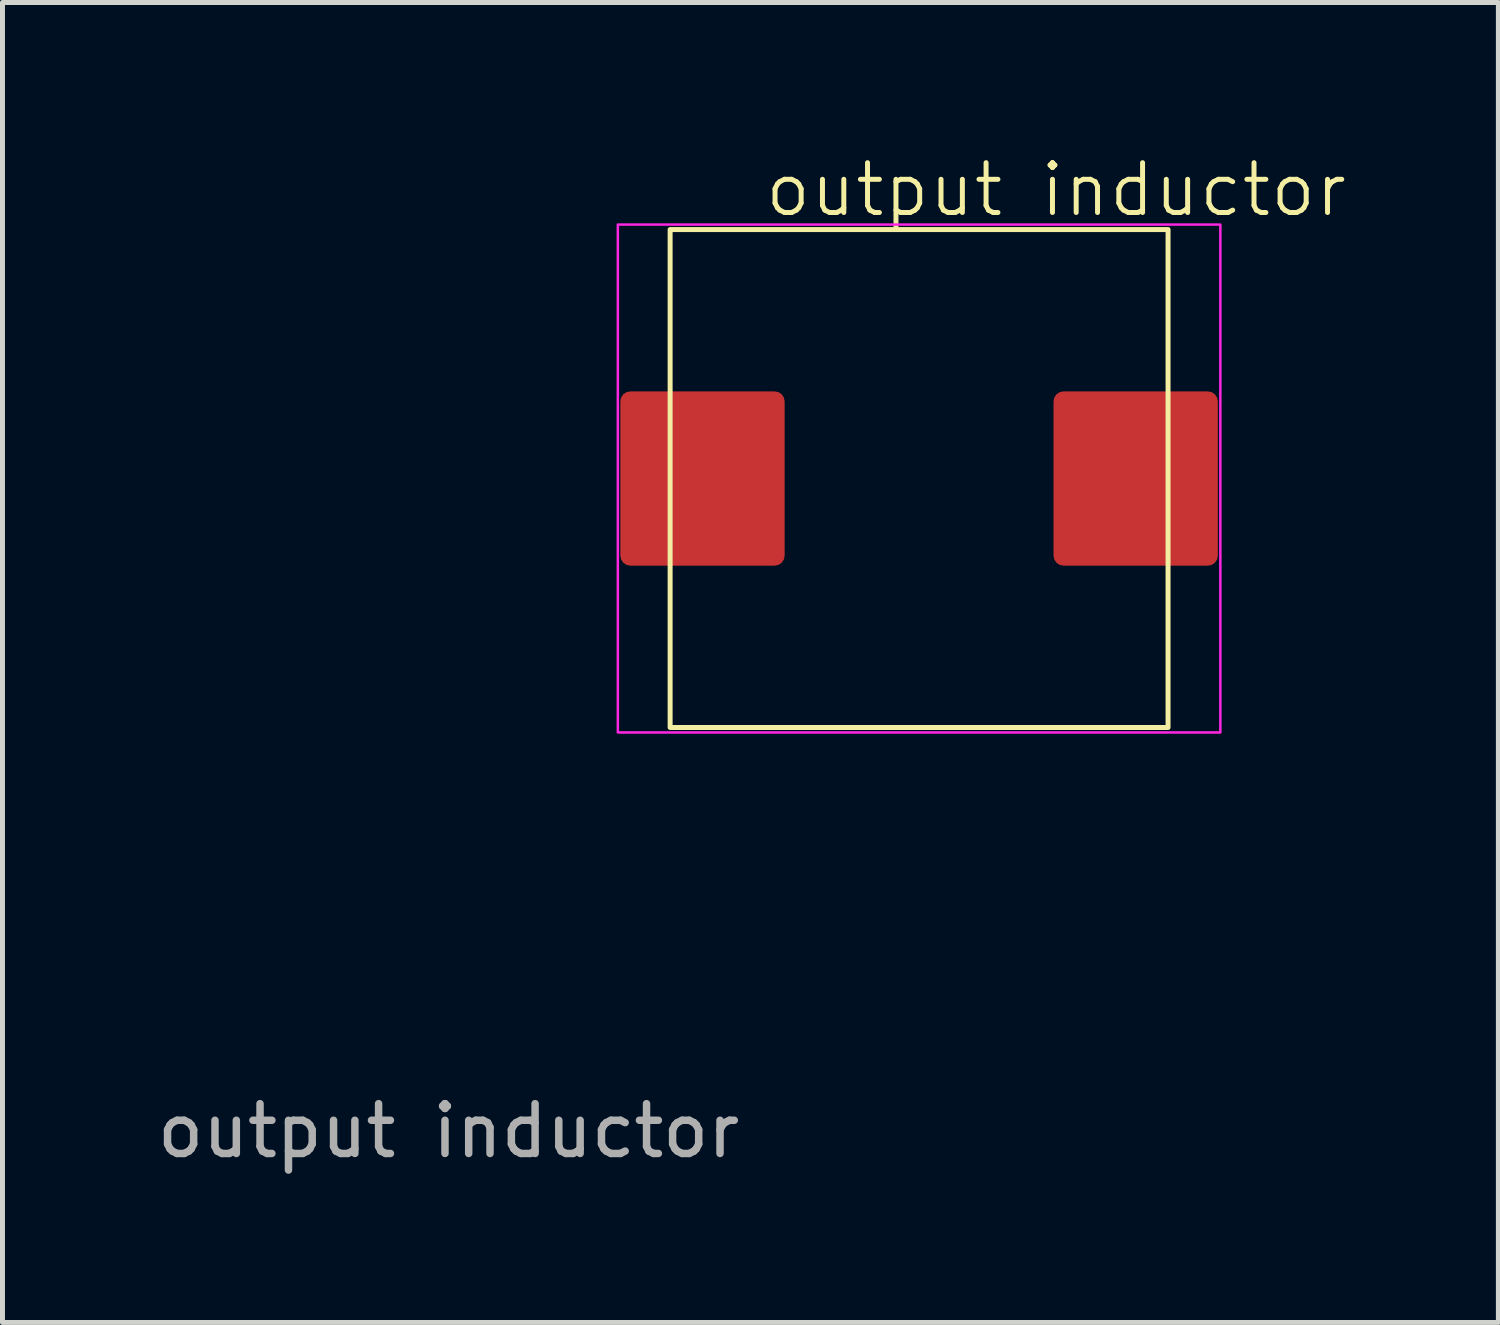
<source format=kicad_pcb>
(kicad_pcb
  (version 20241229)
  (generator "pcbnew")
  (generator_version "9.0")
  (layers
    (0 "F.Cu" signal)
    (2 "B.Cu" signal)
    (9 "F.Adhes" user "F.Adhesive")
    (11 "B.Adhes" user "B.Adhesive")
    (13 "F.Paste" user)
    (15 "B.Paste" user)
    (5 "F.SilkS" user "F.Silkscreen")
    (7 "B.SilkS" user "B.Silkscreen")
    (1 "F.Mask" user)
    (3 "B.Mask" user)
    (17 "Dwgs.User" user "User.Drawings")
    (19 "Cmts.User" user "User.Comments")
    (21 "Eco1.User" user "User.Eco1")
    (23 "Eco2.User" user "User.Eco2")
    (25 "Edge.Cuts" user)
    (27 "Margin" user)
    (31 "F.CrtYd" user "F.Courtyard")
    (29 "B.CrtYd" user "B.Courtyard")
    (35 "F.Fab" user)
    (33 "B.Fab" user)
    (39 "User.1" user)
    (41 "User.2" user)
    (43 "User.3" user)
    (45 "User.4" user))
  (footprint "output inductor"
    (layer "F.Cu")
    (at 5.958 17.16)
    (property "Reference" "output inductor" (at 12.2 -16.4 0) (unlocked yes) (layer "F.SilkS") (effects (font (size 1 1) (thickness 0.1))))
    (attr smd)
    (fp_rect (start 4.45 -15.6) (end 14.45 -5.6) (stroke (width 0.1) (type default)) (fill no) (layer "F.SilkS"))
    (fp_rect (start 3.4 -15.7) (end 15.5 -5.5) (stroke (width 0.05) (type default)) (fill no) (layer "F.CrtYd"))
    (fp_text user "${REFERENCE}" (at 0 2.5 0) (unlocked yes) (layer "F.Fab") (effects (font (size 1 1) (thickness 0.15))))
    (pad "1" smd roundrect (at 13.8 -10.6) (size 3.3 3.5) (layers "F.Cu" "F.Mask" "F.Paste") (roundrect_rratio 0.061))
    (pad "2" smd roundrect (at 5.1 -10.6) (size 3.3 3.5) (layers "F.Cu" "F.Mask" "F.Paste") (roundrect_rratio 0.061)))
  (gr_rect
    (start -3 -3)
    (end 27.042 23.509)
    (stroke (width 0.1) (type default))
    (fill no)
    (layer "Edge.Cuts")))
</source>
